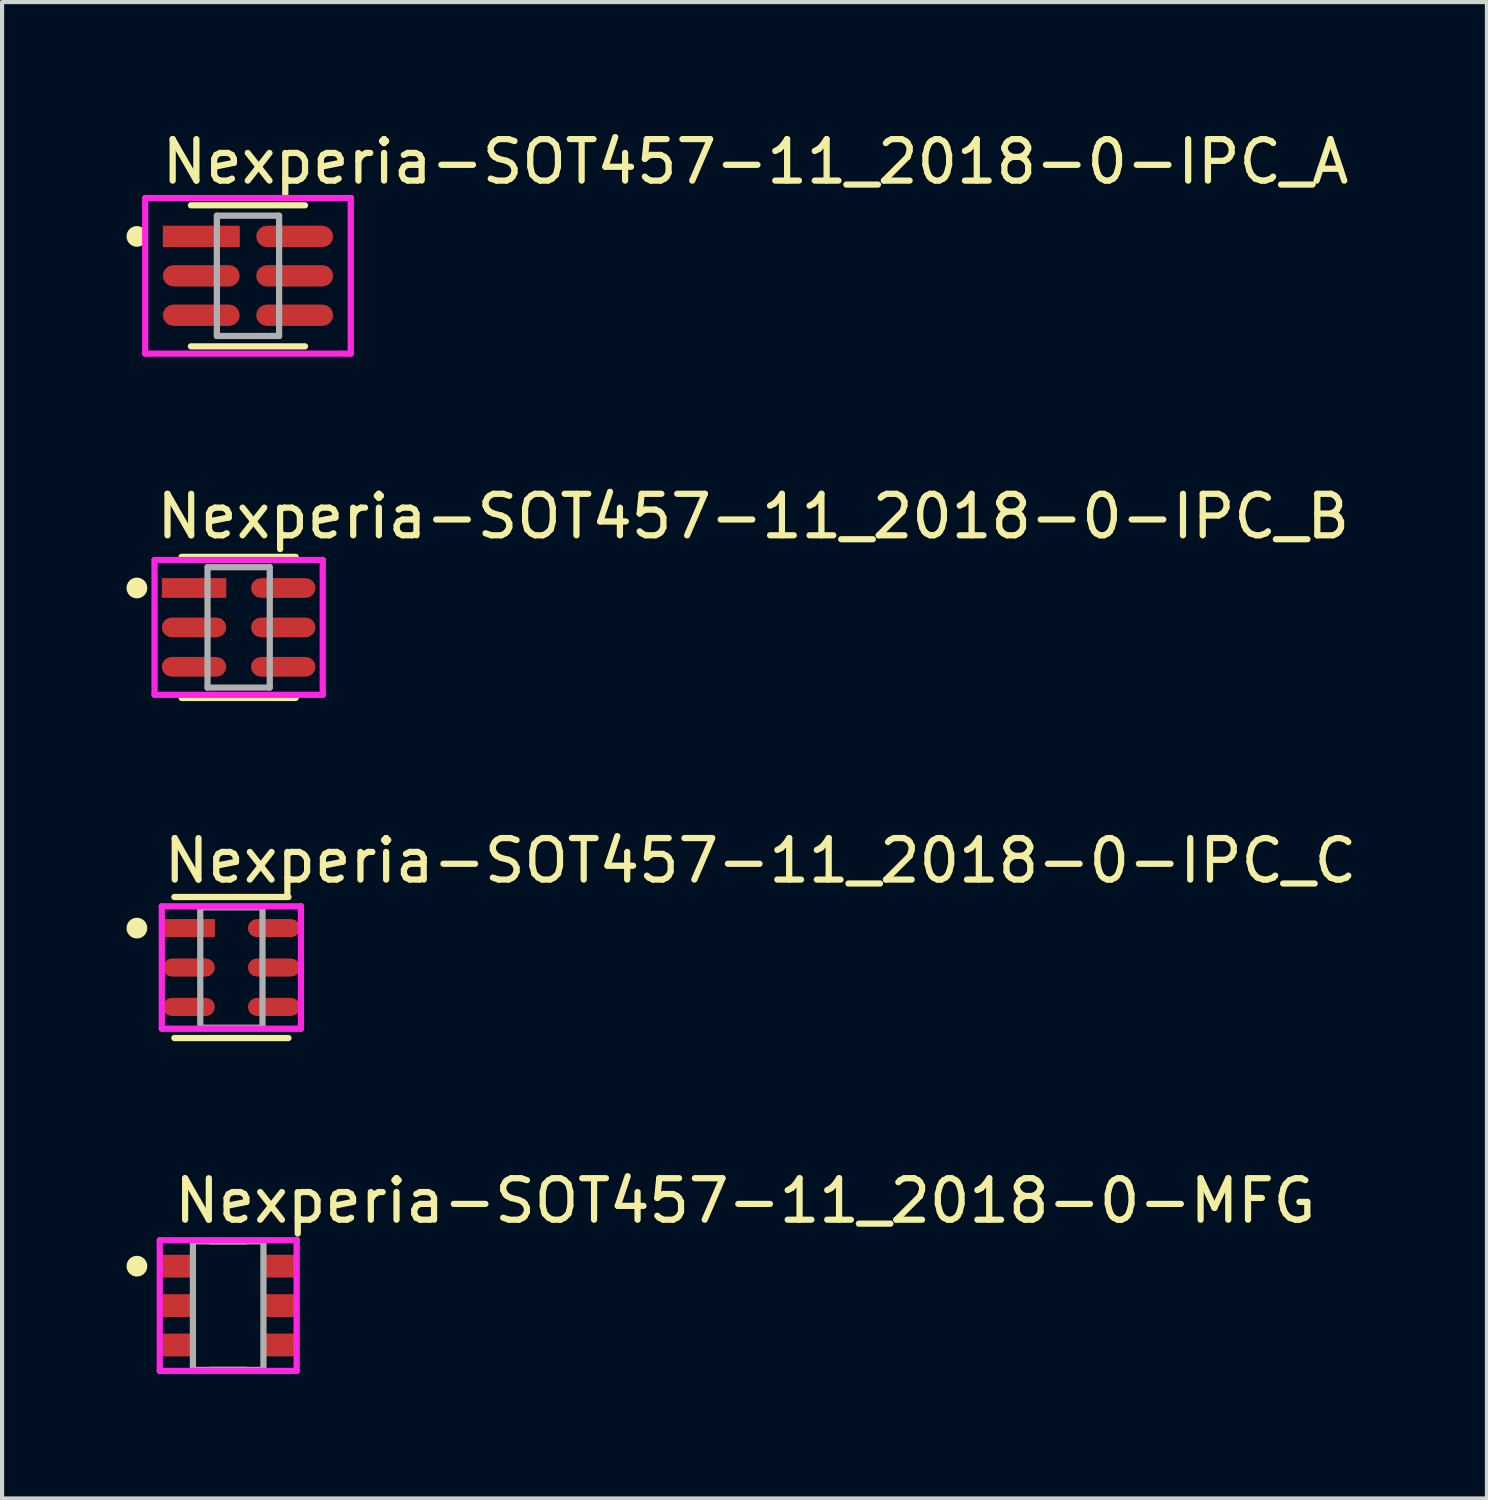
<source format=kicad_pcb>
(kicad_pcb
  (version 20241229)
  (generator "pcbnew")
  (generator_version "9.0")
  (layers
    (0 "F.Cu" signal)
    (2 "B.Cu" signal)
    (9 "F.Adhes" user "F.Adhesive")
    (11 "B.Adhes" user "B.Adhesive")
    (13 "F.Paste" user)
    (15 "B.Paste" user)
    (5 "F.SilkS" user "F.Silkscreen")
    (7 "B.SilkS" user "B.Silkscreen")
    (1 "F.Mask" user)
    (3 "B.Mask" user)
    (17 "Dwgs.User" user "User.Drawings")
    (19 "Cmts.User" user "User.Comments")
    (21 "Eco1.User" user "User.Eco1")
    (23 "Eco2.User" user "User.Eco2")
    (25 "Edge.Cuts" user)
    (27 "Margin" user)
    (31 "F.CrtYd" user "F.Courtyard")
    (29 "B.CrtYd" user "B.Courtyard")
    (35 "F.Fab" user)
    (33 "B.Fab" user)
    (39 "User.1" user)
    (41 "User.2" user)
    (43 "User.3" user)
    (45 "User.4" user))
  (footprint "Nexperia-SOT457-11_2018-0-IPC_A"
    (layer "F.Cu")
    (at 2.927 3.598)
    (property "Reference" "Nexperia-SOT457-11_2018-0-IPC_A" (at -2.152 -2.75 0) (layer "F.SilkS") (effects (font (size 1 1) (thickness 0.15)) (justify left)))
    (attr through_hole)
    (fp_line (start -1.375 -1.7) (end 1.375 -1.7) (stroke (width 0.15) (type solid)) (layer "F.SilkS"))
    (fp_line (start -1.375 1.7) (end 1.375 1.7) (stroke (width 0.15) (type solid)) (layer "F.SilkS"))
    (fp_circle (center -2.677 -0.95) (end -2.552 -0.95) (stroke (width 0.25) (type solid)) (fill no) (layer "F.SilkS"))
    (fp_line (start -2.477 -1.875) (end -2.477 1.875) (stroke (width 0.15) (type solid)) (layer "F.CrtYd"))
    (fp_line (start -2.477 1.875) (end 2.477 1.875) (stroke (width 0.15) (type solid)) (layer "F.CrtYd"))
    (fp_line (start 2.477 -1.875) (end -2.477 -1.875) (stroke (width 0.15) (type solid)) (layer "F.CrtYd"))
    (fp_line (start 2.477 -1.875) (end 2.477 -1.875) (stroke (width 0.15) (type solid)) (layer "F.CrtYd"))
    (fp_line (start 2.477 1.875) (end 2.477 -1.875) (stroke (width 0.15) (type solid)) (layer "F.CrtYd"))
    (fp_line (start -0.75 -1.45) (end 0.75 -1.45) (stroke (width 0.15) (type solid)) (layer "F.Fab"))
    (fp_line (start -0.75 1.45) (end -0.75 -1.45) (stroke (width 0.15) (type solid)) (layer "F.Fab"))
    (fp_line (start 0.75 -1.45) (end 0.75 1.45) (stroke (width 0.15) (type solid)) (layer "F.Fab"))
    (fp_line (start 0.75 1.45) (end -0.75 1.45) (stroke (width 0.15) (type solid)) (layer "F.Fab"))
    (pad "1" smd rect (at -1.125 -0.95) (size 1.854 0.516) (layers "F.Cu" "F.Mask" "F.Paste"))
    (pad "2" smd roundrect (at -1.125 0.000001) (size 1.854 0.516) (layers "F.Cu" "F.Mask" "F.Paste") (roundrect_rratio 0.5))
    (pad "3" smd roundrect (at -1.125 0.95) (size 1.854 0.516) (layers "F.Cu" "F.Mask" "F.Paste") (roundrect_rratio 0.5))
    (pad "4" smd roundrect (at 1.125 0.95) (size 1.854 0.516) (layers "F.Cu" "F.Mask" "F.Paste") (roundrect_rratio 0.5))
    (pad "5" smd roundrect (at 1.125 0.000001) (size 1.854 0.516) (layers "F.Cu" "F.Mask" "F.Paste") (roundrect_rratio 0.5))
    (pad "6" smd roundrect (at 1.125 -0.95) (size 1.854 0.516) (layers "F.Cu" "F.Mask" "F.Paste") (roundrect_rratio 0.5)))
  (footprint "Nexperia-SOT457-11_2018-0-IPC_B"
    (layer "F.Cu")
    (at 2.702 12.072)
    (property "Reference" "Nexperia-SOT457-11_2018-0-IPC_B" (at -2.052 -2.675 0) (layer "F.SilkS") (effects (font (size 1 1) (thickness 0.15)) (justify left)))
    (attr through_hole)
    (fp_line (start -1.375 -1.7) (end 1.375 -1.7) (stroke (width 0.15) (type solid)) (layer "F.SilkS"))
    (fp_line (start -1.375 1.7) (end 1.375 1.7) (stroke (width 0.15) (type solid)) (layer "F.SilkS"))
    (fp_circle (center -2.452 -0.95) (end -2.327 -0.95) (stroke (width 0.25) (type solid)) (fill no) (layer "F.SilkS"))
    (fp_line (start -2.027 -1.625) (end -2.027 1.625) (stroke (width 0.15) (type solid)) (layer "F.CrtYd"))
    (fp_line (start -2.027 1.625) (end 2.027 1.625) (stroke (width 0.15) (type solid)) (layer "F.CrtYd"))
    (fp_line (start 2.027 -1.625) (end -2.027 -1.625) (stroke (width 0.15) (type solid)) (layer "F.CrtYd"))
    (fp_line (start 2.027 -1.625) (end 2.027 -1.625) (stroke (width 0.15) (type solid)) (layer "F.CrtYd"))
    (fp_line (start 2.027 1.625) (end 2.027 -1.625) (stroke (width 0.15) (type solid)) (layer "F.CrtYd"))
    (fp_line (start -0.75 -1.45) (end 0.75 -1.45) (stroke (width 0.15) (type solid)) (layer "F.Fab"))
    (fp_line (start -0.75 1.45) (end -0.75 -1.45) (stroke (width 0.15) (type solid)) (layer "F.Fab"))
    (fp_line (start 0.75 -1.45) (end 0.75 1.45) (stroke (width 0.15) (type solid)) (layer "F.Fab"))
    (fp_line (start 0.75 1.45) (end -0.75 1.45) (stroke (width 0.15) (type solid)) (layer "F.Fab"))
    (pad "1" smd rect (at -1.075 -0.95) (size 1.554 0.476) (layers "F.Cu" "F.Mask" "F.Paste"))
    (pad "2" smd roundrect (at -1.075 0.000001) (size 1.554 0.476) (layers "F.Cu" "F.Mask" "F.Paste") (roundrect_rratio 0.5))
    (pad "3" smd roundrect (at -1.075 0.95) (size 1.554 0.476) (layers "F.Cu" "F.Mask" "F.Paste") (roundrect_rratio 0.5))
    (pad "4" smd roundrect (at 1.075 0.95) (size 1.554 0.476) (layers "F.Cu" "F.Mask" "F.Paste") (roundrect_rratio 0.5))
    (pad "5" smd roundrect (at 1.075 0.000001) (size 1.554 0.476) (layers "F.Cu" "F.Mask" "F.Paste") (roundrect_rratio 0.5))
    (pad "6" smd roundrect (at 1.075 -0.95) (size 1.554 0.476) (layers "F.Cu" "F.Mask" "F.Paste") (roundrect_rratio 0.5)))
  (footprint "Nexperia-SOT457-11_2018-0-IPC_C"
    (layer "F.Cu")
    (at 2.527 20.27)
    (property "Reference" "Nexperia-SOT457-11_2018-0-IPC_C" (at -1.702 -2.575 0) (layer "F.SilkS") (effects (font (size 1 1) (thickness 0.15)) (justify left)))
    (attr through_hole)
    (fp_line (start -1.375 -1.7) (end 1.375 -1.7) (stroke (width 0.15) (type solid)) (layer "F.SilkS"))
    (fp_line (start -1.375 1.7) (end 1.375 1.7) (stroke (width 0.15) (type solid)) (layer "F.SilkS"))
    (fp_circle (center -2.277 -0.95) (end -2.152 -0.95) (stroke (width 0.25) (type solid)) (fill no) (layer "F.SilkS"))
    (fp_line (start -1.677 -1.475) (end -1.677 1.475) (stroke (width 0.15) (type solid)) (layer "F.CrtYd"))
    (fp_line (start -1.677 1.475) (end 1.677 1.475) (stroke (width 0.15) (type solid)) (layer "F.CrtYd"))
    (fp_line (start 1.677 -1.475) (end -1.677 -1.475) (stroke (width 0.15) (type solid)) (layer "F.CrtYd"))
    (fp_line (start 1.677 -1.475) (end 1.677 -1.475) (stroke (width 0.15) (type solid)) (layer "F.CrtYd"))
    (fp_line (start 1.677 1.475) (end 1.677 -1.475) (stroke (width 0.15) (type solid)) (layer "F.CrtYd"))
    (fp_line (start -0.75 -1.45) (end 0.75 -1.45) (stroke (width 0.15) (type solid)) (layer "F.Fab"))
    (fp_line (start -0.75 1.45) (end -0.75 -1.45) (stroke (width 0.15) (type solid)) (layer "F.Fab"))
    (fp_line (start 0.75 -1.45) (end 0.75 1.45) (stroke (width 0.15) (type solid)) (layer "F.Fab"))
    (fp_line (start 0.75 1.45) (end -0.75 1.45) (stroke (width 0.15) (type solid)) (layer "F.Fab"))
    (pad "1" smd rect (at -1.025 -0.95) (size 1.254 0.436) (layers "F.Cu" "F.Mask" "F.Paste"))
    (pad "2" smd roundrect (at -1.025 0.000001) (size 1.254 0.436) (layers "F.Cu" "F.Mask" "F.Paste") (roundrect_rratio 0.5))
    (pad "3" smd roundrect (at -1.025 0.95) (size 1.254 0.436) (layers "F.Cu" "F.Mask" "F.Paste") (roundrect_rratio 0.5))
    (pad "4" smd roundrect (at 1.025 0.95) (size 1.254 0.436) (layers "F.Cu" "F.Mask" "F.Paste") (roundrect_rratio 0.5))
    (pad "5" smd roundrect (at 1.025 0.000001) (size 1.254 0.436) (layers "F.Cu" "F.Mask" "F.Paste") (roundrect_rratio 0.5))
    (pad "6" smd roundrect (at 1.025 -0.95) (size 1.254 0.436) (layers "F.Cu" "F.Mask" "F.Paste") (roundrect_rratio 0.5)))
  (footprint "Nexperia-SOT457-11_2018-0-MFG"
    (layer "F.Cu")
    (at 2.45 28.418)
    (property "Reference" "Nexperia-SOT457-11_2018-0-MFG" (at -1.375 -2.525 0) (layer "F.SilkS") (effects (font (size 1 1) (thickness 0.15)) (justify left)))
    (attr through_hole)
    (fp_line (start -0.425 -1.55) (end 0.425 -1.55) (stroke (width 0.15) (type solid)) (layer "F.SilkS"))
    (fp_line (start -0.425 1.55) (end 0.425 1.55) (stroke (width 0.15) (type solid)) (layer "F.SilkS"))
    (fp_circle (center -2.2 -0.95) (end -2.075 -0.95) (stroke (width 0.25) (type solid)) (fill no) (layer "F.SilkS"))
    (fp_line (start -1.65 -1.575) (end -1.65 1.575) (stroke (width 0.15) (type solid)) (layer "F.CrtYd"))
    (fp_line (start -1.65 1.575) (end 1.65 1.575) (stroke (width 0.15) (type solid)) (layer "F.CrtYd"))
    (fp_line (start 1.65 -1.575) (end -1.65 -1.575) (stroke (width 0.15) (type solid)) (layer "F.CrtYd"))
    (fp_line (start 1.65 -1.575) (end 1.65 -1.575) (stroke (width 0.15) (type solid)) (layer "F.CrtYd"))
    (fp_line (start 1.65 1.575) (end 1.65 -1.575) (stroke (width 0.15) (type solid)) (layer "F.CrtYd"))
    (fp_line (start -0.85 -1.55) (end 0.85 -1.55) (stroke (width 0.15) (type solid)) (layer "F.Fab"))
    (fp_line (start -0.85 1.55) (end -0.85 -1.55) (stroke (width 0.15) (type solid)) (layer "F.Fab"))
    (fp_line (start 0.85 -1.55) (end 0.85 1.55) (stroke (width 0.15) (type solid)) (layer "F.Fab"))
    (fp_line (start 0.85 1.55) (end -0.85 1.55) (stroke (width 0.15) (type solid)) (layer "F.Fab"))
    (pad "" smd rect (at -1.2 -0.95) (size 0.7 0.45) (layers "F.Paste"))
    (pad "" smd rect (at -1.2 0) (size 0.7 0.45) (layers "F.Paste"))
    (pad "" smd rect (at -1.2 0.95) (size 0.7 0.45) (layers "F.Paste"))
    (pad "" smd rect (at 1.2 -0.95) (size 0.7 0.45) (layers "F.Paste"))
    (pad "" smd rect (at 1.2 0) (size 0.7 0.45) (layers "F.Paste"))
    (pad "" smd rect (at 1.2 0.95) (size 0.7 0.45) (layers "F.Paste"))
    (pad "1" smd rect (at -1.2 -0.95) (size 0.8 0.55) (layers "F.Cu" "F.Mask"))
    (pad "2" smd rect (at -1.2 0) (size 0.8 0.55) (layers "F.Cu" "F.Mask"))
    (pad "3" smd rect (at -1.2 0.95) (size 0.8 0.55) (layers "F.Cu" "F.Mask"))
    (pad "4" smd rect (at 1.2 0.95) (size 0.8 0.55) (layers "F.Cu" "F.Mask"))
    (pad "5" smd rect (at 1.2 0) (size 0.8 0.55) (layers "F.Cu" "F.Mask"))
    (pad "6" smd rect (at 1.2 -0.95) (size 0.8 0.55) (layers "F.Cu" "F.Mask")))
  (gr_rect
    (start -3 -3)
    (end 32.789 33.068)
    (stroke (width 0.1) (type default))
    (fill no)
    (layer "Edge.Cuts")))
</source>
